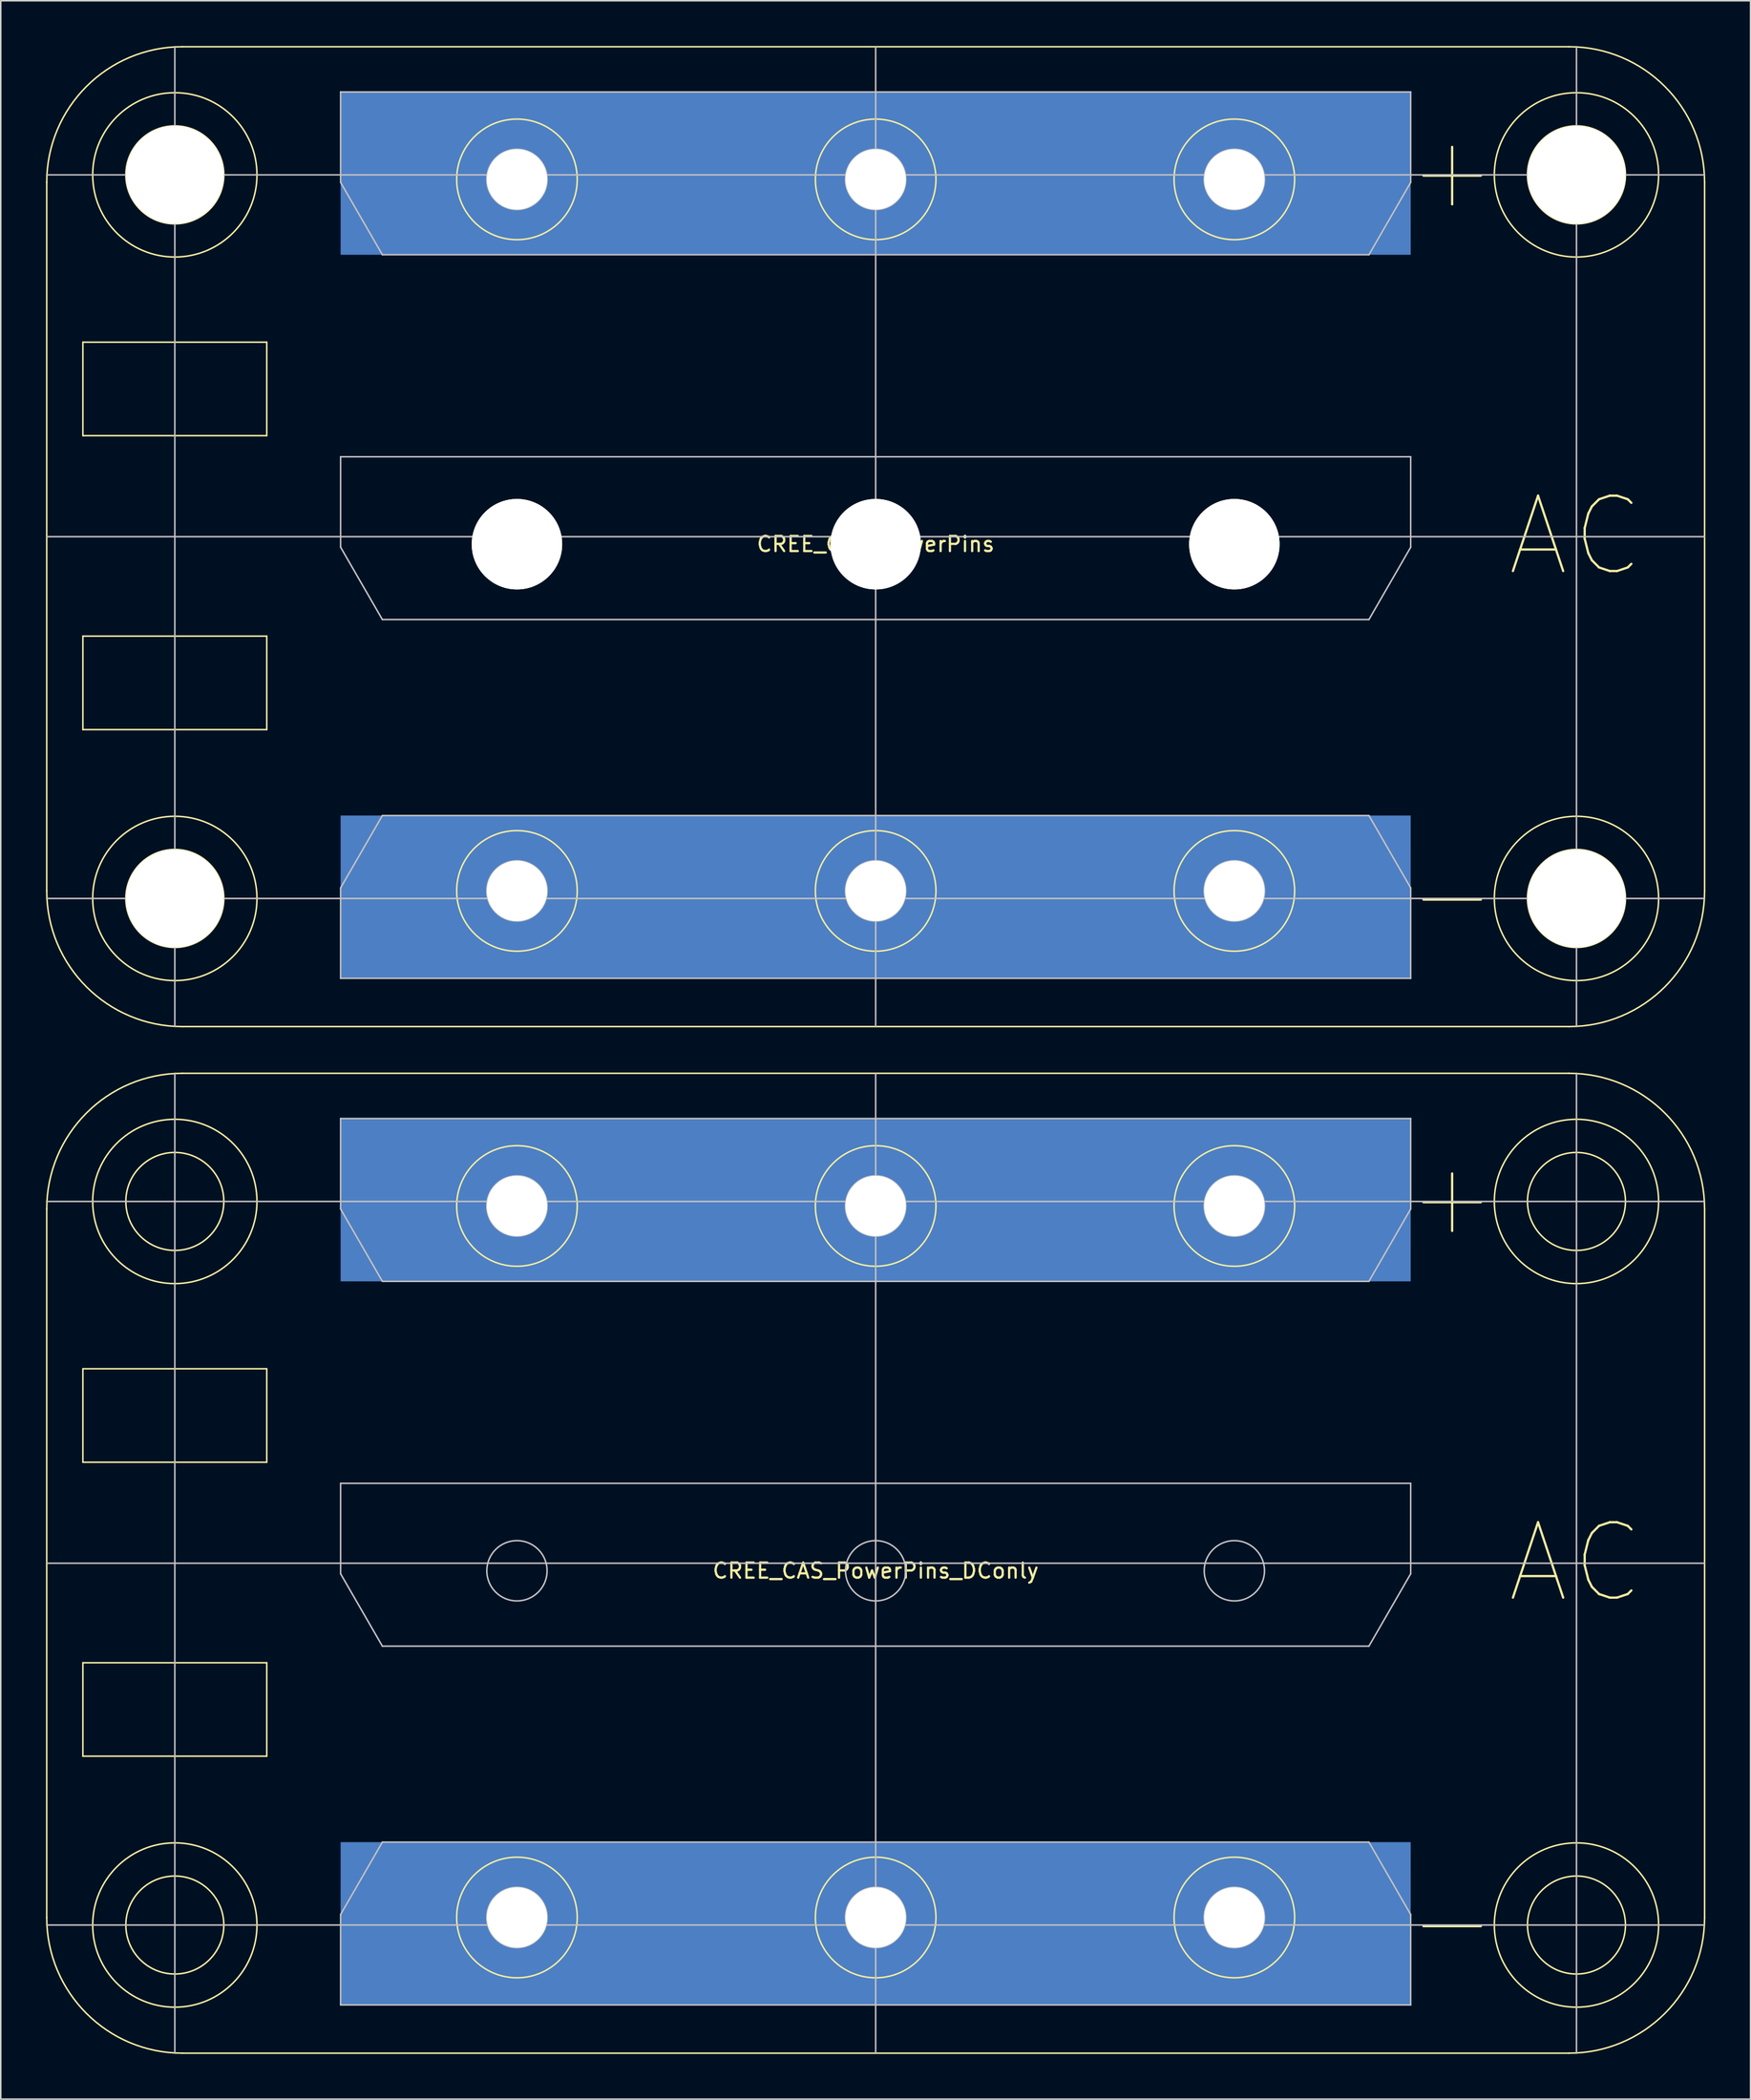
<source format=kicad_pcb>
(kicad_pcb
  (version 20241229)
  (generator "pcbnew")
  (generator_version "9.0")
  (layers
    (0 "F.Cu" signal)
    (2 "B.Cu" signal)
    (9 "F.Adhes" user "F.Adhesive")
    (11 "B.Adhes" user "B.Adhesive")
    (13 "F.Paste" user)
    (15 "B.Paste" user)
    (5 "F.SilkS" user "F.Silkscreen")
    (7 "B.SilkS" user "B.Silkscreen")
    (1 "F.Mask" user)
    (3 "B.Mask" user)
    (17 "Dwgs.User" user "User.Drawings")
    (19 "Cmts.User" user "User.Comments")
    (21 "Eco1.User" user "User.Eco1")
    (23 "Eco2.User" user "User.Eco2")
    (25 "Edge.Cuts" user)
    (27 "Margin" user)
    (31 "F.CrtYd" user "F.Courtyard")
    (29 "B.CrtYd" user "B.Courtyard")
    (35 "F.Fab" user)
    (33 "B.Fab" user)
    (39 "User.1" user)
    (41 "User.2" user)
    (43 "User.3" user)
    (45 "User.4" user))
  (footprint "CREE_CAS_PowerPins"
    (layer "F.Cu")
    (at 55.05 32.55)
    (property "Reference" "CREE_CAS_PowerPins" (at 0 0.5 0) (layer "F.SilkS") (effects (font (size 1 1) (thickness 0.15))))
    (attr through_hole)
    (fp_line (start -55 23.5) (end -55 -23.5) (stroke (width 0.1) (type solid)) (layer "F.SilkS"))
    (fp_line (start -52.6 -12.9) (end -52.6 -6.7) (stroke (width 0.1) (type solid)) (layer "F.SilkS"))
    (fp_line (start -52.6 -6.7) (end -40.4 -6.7) (stroke (width 0.1) (type solid)) (layer "F.SilkS"))
    (fp_line (start -52.6 6.6) (end -52.6 12.8) (stroke (width 0.1) (type solid)) (layer "F.SilkS"))
    (fp_line (start -52.6 12.8) (end -40.4 12.8) (stroke (width 0.1) (type solid)) (layer "F.SilkS"))
    (fp_line (start -46 -32.5) (end 46 -32.5) (stroke (width 0.1) (type solid)) (layer "F.SilkS"))
    (fp_line (start -40.4 -12.9) (end -52.6 -12.9) (stroke (width 0.1) (type solid)) (layer "F.SilkS"))
    (fp_line (start -40.4 -6.7) (end -40.4 -12.9) (stroke (width 0.1) (type solid)) (layer "F.SilkS"))
    (fp_line (start -40.4 6.6) (end -52.6 6.6) (stroke (width 0.1) (type solid)) (layer "F.SilkS"))
    (fp_line (start -40.4 12.8) (end -40.4 6.6) (stroke (width 0.1) (type solid)) (layer "F.SilkS"))
    (fp_line (start 46 32.5) (end -46 32.5) (stroke (width 0.1) (type solid)) (layer "F.SilkS"))
    (fp_line (start 55 -23.5) (end 55 23.5) (stroke (width 0.1) (type solid)) (layer "F.SilkS"))
    (fp_arc (start -55 -23.5) (mid -52.363961 -29.863961) (end -46 -32.5) (stroke (width 0.1) (type solid)) (layer "F.SilkS"))
    (fp_arc (start -46 32.5) (mid -52.363961 29.863961) (end -55 23.5) (stroke (width 0.1) (type solid)) (layer "F.SilkS"))
    (fp_arc (start 46 -32.5) (mid 52.363961 -29.863961) (end 55 -23.5) (stroke (width 0.1) (type solid)) (layer "F.SilkS"))
    (fp_arc (start 55 23.5) (mid 52.363961 29.863961) (end 46 32.5) (stroke (width 0.1) (type solid)) (layer "F.SilkS"))
    (fp_circle (center -46.5 -24) (end -43.25 -24) (stroke (width 0.1) (type solid)) (fill no) (layer "F.SilkS"))
    (fp_circle (center -46.5 -24) (end -41.05 -24) (stroke (width 0.1) (type solid)) (fill no) (layer "F.SilkS"))
    (fp_circle (center -46.5 24) (end -43.25 24) (stroke (width 0.1) (type solid)) (fill no) (layer "F.SilkS"))
    (fp_circle (center -46.5 24) (end -41.05 24) (stroke (width 0.1) (type solid)) (fill no) (layer "F.SilkS"))
    (fp_circle (center -23.8 -23.7) (end -19.8 -23.7) (stroke (width 0.1) (type solid)) (fill no) (layer "F.SilkS"))
    (fp_circle (center -23.8 23.5) (end -19.8 23.5) (stroke (width 0.1) (type solid)) (fill no) (layer "F.SilkS"))
    (fp_circle (center 0 -23.7) (end 4 -23.7) (stroke (width 0.1) (type solid)) (fill no) (layer "F.SilkS"))
    (fp_circle (center 0 23.5) (end 4 23.5) (stroke (width 0.1) (type solid)) (fill no) (layer "F.SilkS"))
    (fp_circle (center 23.8 -23.7) (end 27.8 -23.7) (stroke (width 0.1) (type solid)) (fill no) (layer "F.SilkS"))
    (fp_circle (center 23.8 23.5) (end 27.8 23.5) (stroke (width 0.1) (type solid)) (fill no) (layer "F.SilkS"))
    (fp_circle (center 46.5 -24) (end 49.75 -24) (stroke (width 0.1) (type solid)) (fill no) (layer "F.SilkS"))
    (fp_circle (center 46.5 -24) (end 51.95 -24) (stroke (width 0.1) (type solid)) (fill no) (layer "F.SilkS"))
    (fp_circle (center 46.5 24) (end 49.75 24) (stroke (width 0.1) (type solid)) (fill no) (layer "F.SilkS"))
    (fp_circle (center 46.5 24) (end 51.95 24) (stroke (width 0.1) (type solid)) (fill no) (layer "F.SilkS"))
    (fp_line (start -55 -24) (end 55 -24) (stroke (width 0.1) (type solid)) (layer "Dwgs.User"))
    (fp_line (start -55 0) (end 55 0) (stroke (width 0.1) (type solid)) (layer "Dwgs.User"))
    (fp_line (start -46.5 -32.5) (end -46.5 32.5) (stroke (width 0.1) (type solid)) (layer "Dwgs.User"))
    (fp_line (start -35.5 -29.5) (end -35.5 -23.5) (stroke (width 0.1) (type solid)) (layer "Dwgs.User"))
    (fp_line (start -35.5 -29.5) (end 35.5 -29.5) (stroke (width 0.1) (type solid)) (layer "Dwgs.User"))
    (fp_line (start -35.5 -23.5) (end -32.729 -18.7) (stroke (width 0.1) (type solid)) (layer "Dwgs.User"))
    (fp_line (start -35.5 -5.3) (end -35.5 0.7) (stroke (width 0.1) (type solid)) (layer "Dwgs.User"))
    (fp_line (start -35.5 -5.3) (end 35.5 -5.3) (stroke (width 0.1) (type solid)) (layer "Dwgs.User"))
    (fp_line (start -35.5 0.7) (end -32.729 5.5) (stroke (width 0.1) (type solid)) (layer "Dwgs.User"))
    (fp_line (start -35.5 23.3) (end -32.729 18.5) (stroke (width 0.1) (type solid)) (layer "Dwgs.User"))
    (fp_line (start -35.5 29.3) (end -35.5 23.3) (stroke (width 0.1) (type solid)) (layer "Dwgs.User"))
    (fp_line (start -35.5 29.3) (end 35.5 29.3) (stroke (width 0.1) (type solid)) (layer "Dwgs.User"))
    (fp_line (start -32.729 -18.7) (end 32.729 -18.7) (stroke (width 0.1) (type solid)) (layer "Dwgs.User"))
    (fp_line (start -32.729 5.5) (end 32.729 5.5) (stroke (width 0.1) (type solid)) (layer "Dwgs.User"))
    (fp_line (start -32.729 18.5) (end 32.729 18.5) (stroke (width 0.1) (type solid)) (layer "Dwgs.User"))
    (fp_line (start 0 32.5) (end 0 -32.5) (stroke (width 0.1) (type solid)) (layer "Dwgs.User"))
    (fp_line (start 35.5 -29.5) (end 35.5 -23.5) (stroke (width 0.1) (type solid)) (layer "Dwgs.User"))
    (fp_line (start 35.5 -23.5) (end 32.729 -18.7) (stroke (width 0.1) (type solid)) (layer "Dwgs.User"))
    (fp_line (start 35.5 -5.3) (end 35.5 0.7) (stroke (width 0.1) (type solid)) (layer "Dwgs.User"))
    (fp_line (start 35.5 0.7) (end 32.729 5.5) (stroke (width 0.1) (type solid)) (layer "Dwgs.User"))
    (fp_line (start 35.5 23.3) (end 32.729 18.5) (stroke (width 0.1) (type solid)) (layer "Dwgs.User"))
    (fp_line (start 35.5 29.3) (end 35.5 23.3) (stroke (width 0.1) (type solid)) (layer "Dwgs.User"))
    (fp_line (start 46.5 -32.5) (end 46.5 32.5) (stroke (width 0.1) (type solid)) (layer "Dwgs.User"))
    (fp_line (start 55 24) (end -55 24) (stroke (width 0.1) (type solid)) (layer "Dwgs.User"))
    (fp_circle (center -23.8 -23.7) (end -21.8 -23.7) (stroke (width 0.1) (type solid)) (fill no) (layer "Dwgs.User"))
    (fp_circle (center -23.8 0.5) (end -21.8 0.5) (stroke (width 0.1) (type solid)) (fill no) (layer "Dwgs.User"))
    (fp_circle (center -23.8 23.5) (end -21.8 23.5) (stroke (width 0.1) (type solid)) (fill no) (layer "Dwgs.User"))
    (fp_circle (center 0 -23.7) (end 2 -23.7) (stroke (width 0.1) (type solid)) (fill no) (layer "Dwgs.User"))
    (fp_circle (center 0 0.5) (end 2 0.5) (stroke (width 0.1) (type solid)) (fill no) (layer "Dwgs.User"))
    (fp_circle (center 0 23.5) (end 2 23.5) (stroke (width 0.1) (type solid)) (fill no) (layer "Dwgs.User"))
    (fp_circle (center 23.8 -23.7) (end 25.8 -23.7) (stroke (width 0.1) (type solid)) (fill no) (layer "Dwgs.User"))
    (fp_circle (center 23.8 0.5) (end 25.8 0.5) (stroke (width 0.1) (type solid)) (fill no) (layer "Dwgs.User"))
    (fp_circle (center 23.8 23.5) (end 25.8 23.5) (stroke (width 0.1) (type solid)) (fill no) (layer "Dwgs.User"))
    (fp_text user "-" (at 38.25 23.675 0) (layer "F.SilkS") (effects (font (size 5 5) (thickness 0.15))))
    (fp_text user "+" (at 38.25 -24.35 0) (layer "F.SilkS") (effects (font (size 5 5) (thickness 0.15))))
    (fp_text user "AC" (at 46.45 -0.025 0) (layer "F.SilkS") (effects (font (size 5 5) (thickness 0.15))))
    (pad "" np_thru_hole circle (at -46.5 -24) (size 6.5 6.5) (drill 6.5) (layers "*.Cu"))
    (pad "" np_thru_hole circle (at -46.5 24) (size 6.5 6.5) (drill 6.5) (layers "*.Cu" "F.SilkS"))
    (pad "" np_thru_hole circle (at -23.8 0.5) (size 6 6) (drill 6) (layers "*.Cu" "*.Mask" "F.SilkS"))
    (pad "" np_thru_hole circle (at 0 0.5) (size 6 6) (drill 6) (layers "*.Cu" "*.Mask" "F.SilkS"))
    (pad "" np_thru_hole circle (at 23.8 0.5) (size 6 6) (drill 6) (layers "*.Cu" "*.Mask" "F.SilkS"))
    (pad "" np_thru_hole circle (at 46.5 -24) (size 6.5 6.5) (drill 6.5) (layers "*.Cu" "F.SilkS"))
    (pad "" np_thru_hole circle (at 46.5 24) (size 6.5 6.5) (drill 6.5) (layers "*.Cu" "F.SilkS"))
    (pad "1" thru_hole circle (at -23.8 -23.7) (size 8 8) (drill 4) (layers "*.Cu" "*.Mask"))
    (pad "1" smd rect (at 0 -24.1) (size 71 10.8) (layers "B.Cu" "B.Mask"))
    (pad "1" thru_hole circle (at 0 -23.7) (size 8 8) (drill 4) (layers "*.Cu" "*.Mask"))
    (pad "1" thru_hole circle (at 23.8 -23.7) (size 8 8) (drill 4) (layers "*.Cu" "*.Mask"))
    (pad "3" thru_hole circle (at -23.8 23.5) (size 8 8) (drill 4) (layers "*.Cu" "*.Mask"))
    (pad "3" thru_hole circle (at 0 23.5) (size 8 8) (drill 4) (layers "*.Cu" "*.Mask"))
    (pad "3" smd rect (at 0 23.9) (size 71 10.8) (layers "B.Cu" "B.Mask"))
    (pad "3" thru_hole circle (at 23.8 23.5) (size 8 8) (drill 4) (layers "*.Cu" "*.Mask")))
  (footprint "CREE_CAS_PowerPins_DConly"
    (layer "F.Cu")
    (at 55.05 100.65)
    (property "Reference" "CREE_CAS_PowerPins_DConly" (at 0 0.5 0) (layer "F.SilkS") (effects (font (size 1 1) (thickness 0.15))))
    (attr through_hole)
    (fp_line (start -55 23.5) (end -55 -23.5) (stroke (width 0.1) (type solid)) (layer "F.SilkS"))
    (fp_line (start -52.6 -12.9) (end -52.6 -6.7) (stroke (width 0.1) (type solid)) (layer "F.SilkS"))
    (fp_line (start -52.6 -6.7) (end -40.4 -6.7) (stroke (width 0.1) (type solid)) (layer "F.SilkS"))
    (fp_line (start -52.6 6.6) (end -52.6 12.8) (stroke (width 0.1) (type solid)) (layer "F.SilkS"))
    (fp_line (start -52.6 12.8) (end -40.4 12.8) (stroke (width 0.1) (type solid)) (layer "F.SilkS"))
    (fp_line (start -46 -32.5) (end 46 -32.5) (stroke (width 0.1) (type solid)) (layer "F.SilkS"))
    (fp_line (start -40.4 -12.9) (end -52.6 -12.9) (stroke (width 0.1) (type solid)) (layer "F.SilkS"))
    (fp_line (start -40.4 -6.7) (end -40.4 -12.9) (stroke (width 0.1) (type solid)) (layer "F.SilkS"))
    (fp_line (start -40.4 6.6) (end -52.6 6.6) (stroke (width 0.1) (type solid)) (layer "F.SilkS"))
    (fp_line (start -40.4 12.8) (end -40.4 6.6) (stroke (width 0.1) (type solid)) (layer "F.SilkS"))
    (fp_line (start 46 32.5) (end -46 32.5) (stroke (width 0.1) (type solid)) (layer "F.SilkS"))
    (fp_line (start 55 -23.5) (end 55 23.5) (stroke (width 0.1) (type solid)) (layer "F.SilkS"))
    (fp_arc (start -55 -23.5) (mid -52.363961 -29.863961) (end -46 -32.5) (stroke (width 0.1) (type solid)) (layer "F.SilkS"))
    (fp_arc (start -46 32.5) (mid -52.363961 29.863961) (end -55 23.5) (stroke (width 0.1) (type solid)) (layer "F.SilkS"))
    (fp_arc (start 46 -32.5) (mid 52.363961 -29.863961) (end 55 -23.5) (stroke (width 0.1) (type solid)) (layer "F.SilkS"))
    (fp_arc (start 55 23.5) (mid 52.363961 29.863961) (end 46 32.5) (stroke (width 0.1) (type solid)) (layer "F.SilkS"))
    (fp_circle (center -46.5 -24) (end -43.25 -24) (stroke (width 0.1) (type solid)) (fill no) (layer "F.SilkS"))
    (fp_circle (center -46.5 -24) (end -41.05 -24) (stroke (width 0.1) (type solid)) (fill no) (layer "F.SilkS"))
    (fp_circle (center -46.5 24) (end -43.25 24) (stroke (width 0.1) (type solid)) (fill no) (layer "F.SilkS"))
    (fp_circle (center -46.5 24) (end -41.05 24) (stroke (width 0.1) (type solid)) (fill no) (layer "F.SilkS"))
    (fp_circle (center -23.8 -23.7) (end -19.8 -23.7) (stroke (width 0.1) (type solid)) (fill no) (layer "F.SilkS"))
    (fp_circle (center -23.8 23.5) (end -19.8 23.5) (stroke (width 0.1) (type solid)) (fill no) (layer "F.SilkS"))
    (fp_circle (center 0 -23.7) (end 4 -23.7) (stroke (width 0.1) (type solid)) (fill no) (layer "F.SilkS"))
    (fp_circle (center 0 23.5) (end 4 23.5) (stroke (width 0.1) (type solid)) (fill no) (layer "F.SilkS"))
    (fp_circle (center 23.8 -23.7) (end 27.8 -23.7) (stroke (width 0.1) (type solid)) (fill no) (layer "F.SilkS"))
    (fp_circle (center 23.8 23.5) (end 27.8 23.5) (stroke (width 0.1) (type solid)) (fill no) (layer "F.SilkS"))
    (fp_circle (center 46.5 -24) (end 49.75 -24) (stroke (width 0.1) (type solid)) (fill no) (layer "F.SilkS"))
    (fp_circle (center 46.5 -24) (end 51.95 -24) (stroke (width 0.1) (type solid)) (fill no) (layer "F.SilkS"))
    (fp_circle (center 46.5 24) (end 49.75 24) (stroke (width 0.1) (type solid)) (fill no) (layer "F.SilkS"))
    (fp_circle (center 46.5 24) (end 51.95 24) (stroke (width 0.1) (type solid)) (fill no) (layer "F.SilkS"))
    (fp_line (start -55 -24) (end 55 -24) (stroke (width 0.1) (type solid)) (layer "Dwgs.User"))
    (fp_line (start -55 0) (end 55 0) (stroke (width 0.1) (type solid)) (layer "Dwgs.User"))
    (fp_line (start -46.5 -32.5) (end -46.5 32.5) (stroke (width 0.1) (type solid)) (layer "Dwgs.User"))
    (fp_line (start -35.5 -29.5) (end -35.5 -23.5) (stroke (width 0.1) (type solid)) (layer "Dwgs.User"))
    (fp_line (start -35.5 -29.5) (end 35.5 -29.5) (stroke (width 0.1) (type solid)) (layer "Dwgs.User"))
    (fp_line (start -35.5 -23.5) (end -32.729 -18.7) (stroke (width 0.1) (type solid)) (layer "Dwgs.User"))
    (fp_line (start -35.5 -5.3) (end -35.5 0.7) (stroke (width 0.1) (type solid)) (layer "Dwgs.User"))
    (fp_line (start -35.5 -5.3) (end 35.5 -5.3) (stroke (width 0.1) (type solid)) (layer "Dwgs.User"))
    (fp_line (start -35.5 0.7) (end -32.729 5.5) (stroke (width 0.1) (type solid)) (layer "Dwgs.User"))
    (fp_line (start -35.5 23.3) (end -32.729 18.5) (stroke (width 0.1) (type solid)) (layer "Dwgs.User"))
    (fp_line (start -35.5 29.3) (end -35.5 23.3) (stroke (width 0.1) (type solid)) (layer "Dwgs.User"))
    (fp_line (start -35.5 29.3) (end 35.5 29.3) (stroke (width 0.1) (type solid)) (layer "Dwgs.User"))
    (fp_line (start -32.729 -18.7) (end 32.729 -18.7) (stroke (width 0.1) (type solid)) (layer "Dwgs.User"))
    (fp_line (start -32.729 5.5) (end 32.729 5.5) (stroke (width 0.1) (type solid)) (layer "Dwgs.User"))
    (fp_line (start -32.729 18.5) (end 32.729 18.5) (stroke (width 0.1) (type solid)) (layer "Dwgs.User"))
    (fp_line (start 0 32.5) (end 0 -32.5) (stroke (width 0.1) (type solid)) (layer "Dwgs.User"))
    (fp_line (start 35.5 -29.5) (end 35.5 -23.5) (stroke (width 0.1) (type solid)) (layer "Dwgs.User"))
    (fp_line (start 35.5 -23.5) (end 32.729 -18.7) (stroke (width 0.1) (type solid)) (layer "Dwgs.User"))
    (fp_line (start 35.5 -5.3) (end 35.5 0.7) (stroke (width 0.1) (type solid)) (layer "Dwgs.User"))
    (fp_line (start 35.5 0.7) (end 32.729 5.5) (stroke (width 0.1) (type solid)) (layer "Dwgs.User"))
    (fp_line (start 35.5 23.3) (end 32.729 18.5) (stroke (width 0.1) (type solid)) (layer "Dwgs.User"))
    (fp_line (start 35.5 29.3) (end 35.5 23.3) (stroke (width 0.1) (type solid)) (layer "Dwgs.User"))
    (fp_line (start 46.5 -32.5) (end 46.5 32.5) (stroke (width 0.1) (type solid)) (layer "Dwgs.User"))
    (fp_line (start 55 24) (end -55 24) (stroke (width 0.1) (type solid)) (layer "Dwgs.User"))
    (fp_circle (center -23.8 -23.7) (end -21.8 -23.7) (stroke (width 0.1) (type solid)) (fill no) (layer "Dwgs.User"))
    (fp_circle (center -23.8 0.5) (end -21.8 0.5) (stroke (width 0.1) (type solid)) (fill no) (layer "Dwgs.User"))
    (fp_circle (center -23.8 23.5) (end -21.8 23.5) (stroke (width 0.1) (type solid)) (fill no) (layer "Dwgs.User"))
    (fp_circle (center 0 -23.7) (end 2 -23.7) (stroke (width 0.1) (type solid)) (fill no) (layer "Dwgs.User"))
    (fp_circle (center 0 0.5) (end 2 0.5) (stroke (width 0.1) (type solid)) (fill no) (layer "Dwgs.User"))
    (fp_circle (center 0 23.5) (end 2 23.5) (stroke (width 0.1) (type solid)) (fill no) (layer "Dwgs.User"))
    (fp_circle (center 23.8 -23.7) (end 25.8 -23.7) (stroke (width 0.1) (type solid)) (fill no) (layer "Dwgs.User"))
    (fp_circle (center 23.8 0.5) (end 25.8 0.5) (stroke (width 0.1) (type solid)) (fill no) (layer "Dwgs.User"))
    (fp_circle (center 23.8 23.5) (end 25.8 23.5) (stroke (width 0.1) (type solid)) (fill no) (layer "Dwgs.User"))
    (fp_text user "-" (at 38.25 23.675 0) (layer "F.SilkS") (effects (font (size 5 5) (thickness 0.15))))
    (fp_text user "AC" (at 46.45 -0.025 0) (layer "F.SilkS") (effects (font (size 5 5) (thickness 0.15))))
    (fp_text user "+" (at 38.25 -24.35 0) (layer "F.SilkS") (effects (font (size 5 5) (thickness 0.15))))
    (pad "1" thru_hole circle (at -23.8 -23.7) (size 8 8) (drill 4) (layers "*.Cu" "*.Mask"))
    (pad "1" smd rect (at 0 -24.1) (size 71 10.8) (layers "B.Cu" "B.Mask"))
    (pad "1" thru_hole circle (at 0 -23.7) (size 8 8) (drill 4) (layers "*.Cu" "*.Mask"))
    (pad "1" thru_hole circle (at 23.8 -23.7) (size 8 8) (drill 4) (layers "*.Cu" "*.Mask"))
    (pad "3" thru_hole circle (at -23.8 23.5) (size 8 8) (drill 4) (layers "*.Cu" "*.Mask"))
    (pad "3" thru_hole circle (at 0 23.5) (size 8 8) (drill 4) (layers "*.Cu" "*.Mask"))
    (pad "3" smd rect (at 0 23.9) (size 71 10.8) (layers "B.Cu" "B.Mask"))
    (pad "3" thru_hole circle (at 23.8 23.5) (size 8 8) (drill 4) (layers "*.Cu" "*.Mask")))
  (gr_rect
    (start -3 -3)
    (end 113.1 136.2)
    (stroke (width 0.1) (type default))
    (fill no)
    (layer "Edge.Cuts")))
</source>
